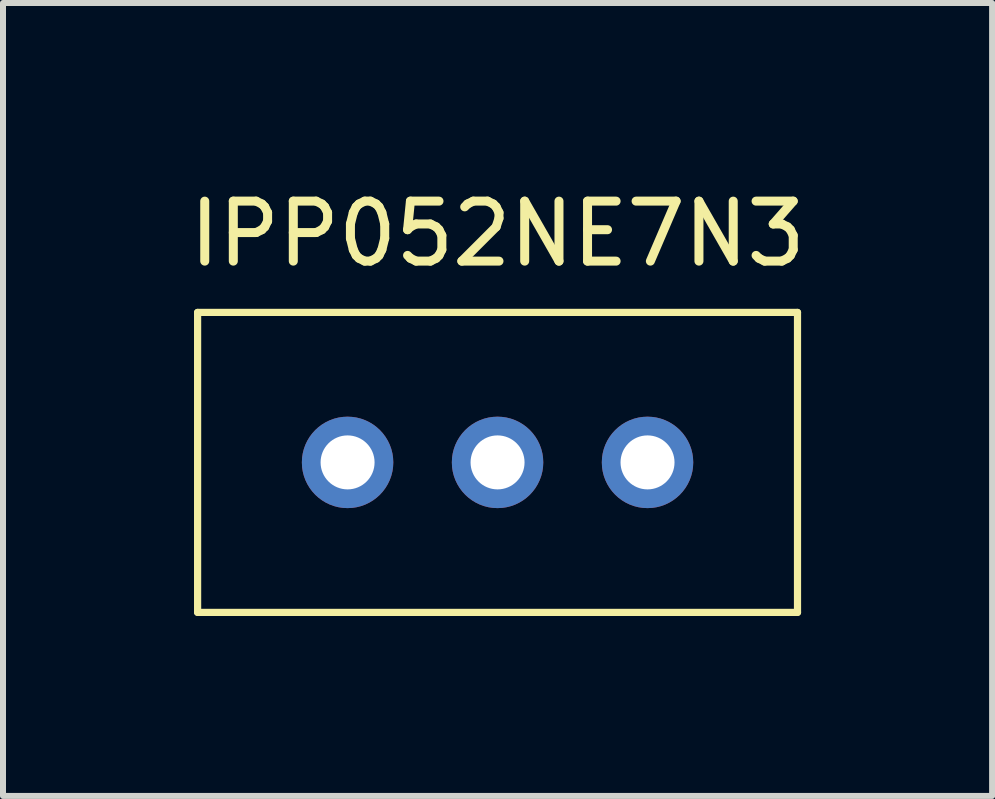
<source format=kicad_pcb>
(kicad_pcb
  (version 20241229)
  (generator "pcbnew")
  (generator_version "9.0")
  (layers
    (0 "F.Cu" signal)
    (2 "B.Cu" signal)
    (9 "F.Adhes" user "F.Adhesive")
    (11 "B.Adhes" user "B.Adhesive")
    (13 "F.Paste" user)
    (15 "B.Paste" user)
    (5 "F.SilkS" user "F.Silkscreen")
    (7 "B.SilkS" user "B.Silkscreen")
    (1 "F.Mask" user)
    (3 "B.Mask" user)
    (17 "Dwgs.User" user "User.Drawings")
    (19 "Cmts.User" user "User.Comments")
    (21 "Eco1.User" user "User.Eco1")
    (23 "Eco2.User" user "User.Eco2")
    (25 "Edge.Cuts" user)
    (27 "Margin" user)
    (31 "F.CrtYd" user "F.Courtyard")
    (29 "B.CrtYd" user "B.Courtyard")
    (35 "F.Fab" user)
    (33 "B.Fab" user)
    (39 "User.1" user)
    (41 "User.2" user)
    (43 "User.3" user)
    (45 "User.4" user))
  (footprint "IPP052NE7N3"
    (layer "F.Cu")
    (at 5.244 4.658)
    (property "Reference" "IPP052NE7N3" (at 0 -3.81 0) (layer "F.SilkS") (effects (font (size 1 1) (thickness 0.15))))
    (attr through_hole)
    (fp_line (start -5 -2.5) (end -5 2.5) (stroke (width 0.12) (type solid)) (layer "F.SilkS"))
    (fp_line (start -5 2.5) (end 5 2.5) (stroke (width 0.12) (type solid)) (layer "F.SilkS"))
    (fp_line (start 5 -2.5) (end -5 -2.5) (stroke (width 0.12) (type solid)) (layer "F.SilkS"))
    (fp_line (start 5 2.5) (end 5 -2.5) (stroke (width 0.12) (type solid)) (layer "F.SilkS"))
    (pad "1" thru_hole circle (at -2.5 0) (size 1.524 1.524) (drill 0.9) (layers "*.Cu" "*.Mask"))
    (pad "2" thru_hole circle (at 0 0) (size 1.524 1.524) (drill 0.9) (layers "*.Cu" "*.Mask"))
    (pad "3" thru_hole circle (at 2.5 0) (size 1.524 1.524) (drill 0.9) (layers "*.Cu" "*.Mask")))
  (gr_rect
    (start -3 -3)
    (end 13.488 10.218)
    (stroke (width 0.1) (type default))
    (fill no)
    (layer "Edge.Cuts")))
</source>
